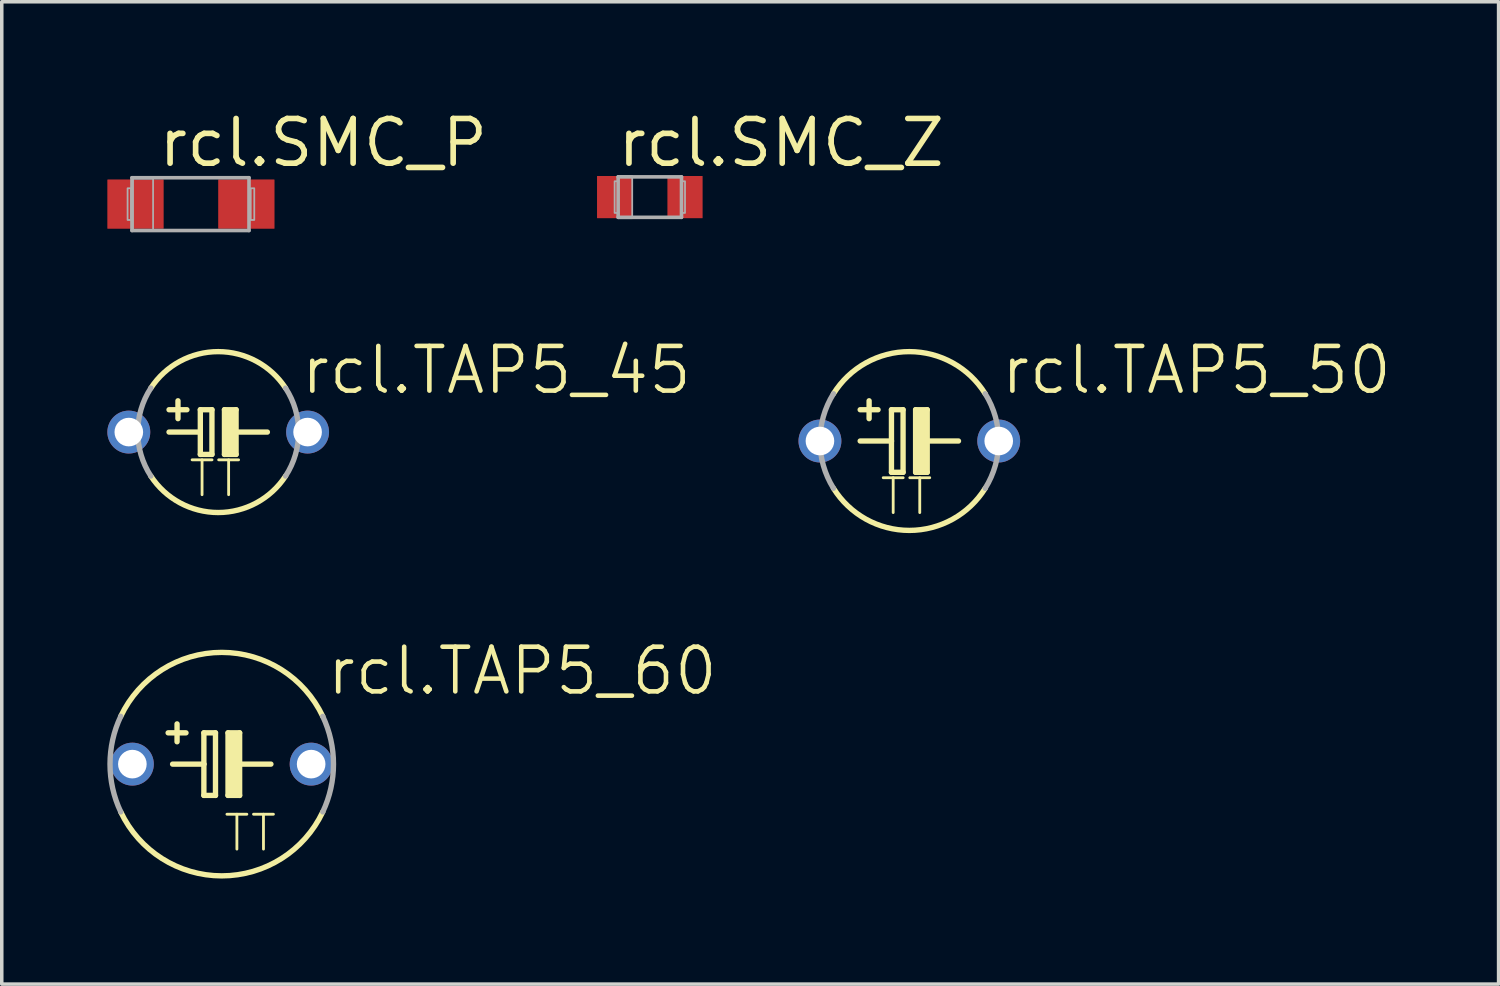
<source format=kicad_pcb>
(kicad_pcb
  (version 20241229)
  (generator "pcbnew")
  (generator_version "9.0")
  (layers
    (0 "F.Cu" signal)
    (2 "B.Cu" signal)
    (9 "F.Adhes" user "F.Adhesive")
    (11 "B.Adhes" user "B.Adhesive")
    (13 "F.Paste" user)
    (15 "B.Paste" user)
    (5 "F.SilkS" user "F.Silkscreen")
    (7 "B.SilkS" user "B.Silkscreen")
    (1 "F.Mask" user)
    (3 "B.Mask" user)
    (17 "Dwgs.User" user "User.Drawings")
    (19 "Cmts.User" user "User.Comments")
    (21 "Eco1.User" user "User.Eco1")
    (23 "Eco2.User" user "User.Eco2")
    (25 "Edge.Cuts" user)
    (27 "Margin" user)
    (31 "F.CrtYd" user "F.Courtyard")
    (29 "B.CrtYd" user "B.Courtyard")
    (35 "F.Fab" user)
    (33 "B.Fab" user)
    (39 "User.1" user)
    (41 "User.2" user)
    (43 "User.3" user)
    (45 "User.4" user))
  (footprint "rcl.SMC_P"
    (layer "F.Cu")
    (at 2.375 2.75)
    (property "Reference" "rcl.SMC_P" (at -1 -1 0) (layer "F.SilkS") (effects (font (size 1.27 1.27) (thickness 0.16)) (justify left bottom)))
    (attr smd)
    (fp_line (start -1.675 -0.75) (end -1.675 0.75) (stroke (width 0.102) (type default)) (layer "F.Fab"))
    (fp_line (start -1.675 -0.75) (end 1.65 -0.75) (stroke (width 0.102) (type default)) (layer "F.Fab"))
    (fp_line (start 1.65 0.75) (end -1.675 0.75) (stroke (width 0.102) (type default)) (layer "F.Fab"))
    (fp_line (start 1.65 0.75) (end 1.65 -0.75) (stroke (width 0.102) (type default)) (layer "F.Fab"))
    (fp_rect (start -1.8 0.45) (end -1.7 -0.45) (stroke (width 0.05) (type default)) (fill no) (layer "F.Fab"))
    (fp_rect (start -1.65 0.75) (end -1.075 -0.725) (stroke (width 0.05) (type default)) (fill no) (layer "F.Fab"))
    (fp_rect (start 1.7 0.45) (end 1.8 -0.45) (stroke (width 0.05) (type default)) (fill no) (layer "F.Fab"))
    (pad "+" smd roundrect (at -1.575 0) (size 1.6 1.4) (layers "F.Cu" "F.Mask" "F.Paste") (roundrect_rratio 0.01))
    (pad "-" smd roundrect (at 1.575 0 180) (size 1.6 1.4) (layers "F.Cu" "F.Mask" "F.Paste") (roundrect_rratio 0.01)))
  (footprint "rcl.TAP5_45"
    (layer "F.Cu")
    (at 3.15 9.227)
    (property "Reference" "rcl.TAP5_45" (at 2.286 -1.016 0) (layer "F.SilkS") (effects (font (size 1.27 1.27) (thickness 0.13)) (justify left bottom)))
    (attr through_hole)
    (fp_line (start -1.397 0) (end -0.508 0) (stroke (width 0.152) (type default)) (layer "F.SilkS"))
    (fp_line (start -1.143 -0.381) (end -1.143 -0.889) (stroke (width 0.152) (type default)) (layer "F.SilkS"))
    (fp_line (start -0.889 -0.635) (end -1.397 -0.635) (stroke (width 0.152) (type default)) (layer "F.SilkS"))
    (fp_line (start -0.508 -0.635) (end -0.508 0) (stroke (width 0.152) (type default)) (layer "F.SilkS"))
    (fp_line (start -0.508 0) (end -0.508 0.635) (stroke (width 0.152) (type default)) (layer "F.SilkS"))
    (fp_line (start -0.508 0.635) (end -0.178 0.635) (stroke (width 0.152) (type default)) (layer "F.SilkS"))
    (fp_line (start -0.178 -0.635) (end -0.508 -0.635) (stroke (width 0.152) (type default)) (layer "F.SilkS"))
    (fp_line (start -0.178 0.635) (end -0.178 -0.635) (stroke (width 0.152) (type default)) (layer "F.SilkS"))
    (fp_line (start 0.178 -0.635) (end 0.178 0.635) (stroke (width 0.152) (type default)) (layer "F.SilkS"))
    (fp_line (start 0.178 0.635) (end 0.508 0.635) (stroke (width 0.152) (type default)) (layer "F.SilkS"))
    (fp_line (start 0.33 0.508) (end 0.33 -0.508) (stroke (width 0.3) (type default)) (layer "F.SilkS"))
    (fp_line (start 0.508 -0.635) (end 0.178 -0.635) (stroke (width 0.152) (type default)) (layer "F.SilkS"))
    (fp_line (start 0.508 0) (end 0.508 -0.635) (stroke (width 0.152) (type default)) (layer "F.SilkS"))
    (fp_line (start 0.508 0) (end 1.397 0) (stroke (width 0.152) (type default)) (layer "F.SilkS"))
    (fp_line (start 0.508 0.635) (end 0.508 0) (stroke (width 0.152) (type default)) (layer "F.SilkS"))
    (fp_arc (start -1.9144 -1.2492) (mid 0 -2.28592) (end 1.9144 -1.2492) (stroke (width 0.1524) (type default)) (layer "F.SilkS"))
    (fp_arc (start 1.9144 1.2492) (mid 0 2.28592) (end -1.9144 1.2492) (stroke (width 0.1524) (type default)) (layer "F.SilkS"))
    (fp_arc (start -1.9144 1.2492) (mid -2.28592 0) (end -1.9144 -1.2492) (stroke (width 0.1524) (type default)) (layer "F.Fab"))
    (fp_arc (start 1.9144 -1.2492) (mid 2.28592 0) (end 1.9144 1.2492) (stroke (width 0.1524) (type default)) (layer "F.Fab"))
    (fp_text user "TT" (at -0.889 1.905 0) (layer "F.SilkS") (effects (font (size 0.991 0.991) (thickness 0.08)) (justify left bottom)))
    (pad "+" thru_hole circle (at -2.54 0) (size 1.219 1.219) (drill 0.813) (layers "*.Cu" "*.Mask"))
    (pad "-" thru_hole circle (at 2.54 0) (size 1.219 1.219) (drill 0.813) (layers "*.Cu" "*.Mask")))
  (footprint "rcl.TAP5_50"
    (layer "F.Cu")
    (at 22.788 9.481)
    (property "Reference" "rcl.TAP5_50" (at 2.54 -1.27 0) (layer "F.SilkS") (effects (font (size 1.27 1.27) (thickness 0.13)) (justify left bottom)))
    (attr through_hole)
    (fp_line (start -1.397 0) (end -0.508 0) (stroke (width 0.152) (type default)) (layer "F.SilkS"))
    (fp_line (start -1.143 -0.635) (end -1.143 -1.143) (stroke (width 0.152) (type default)) (layer "F.SilkS"))
    (fp_line (start -0.889 -0.889) (end -1.397 -0.889) (stroke (width 0.152) (type default)) (layer "F.SilkS"))
    (fp_line (start -0.508 -0.889) (end -0.508 0) (stroke (width 0.152) (type default)) (layer "F.SilkS"))
    (fp_line (start -0.508 0) (end -0.508 0.889) (stroke (width 0.152) (type default)) (layer "F.SilkS"))
    (fp_line (start -0.508 0.889) (end -0.178 0.889) (stroke (width 0.152) (type default)) (layer "F.SilkS"))
    (fp_line (start -0.178 -0.889) (end -0.508 -0.889) (stroke (width 0.152) (type default)) (layer "F.SilkS"))
    (fp_line (start -0.178 0.889) (end -0.178 -0.889) (stroke (width 0.152) (type default)) (layer "F.SilkS"))
    (fp_line (start 0.178 -0.889) (end 0.178 0.889) (stroke (width 0.152) (type default)) (layer "F.SilkS"))
    (fp_line (start 0.178 0.889) (end 0.508 0.889) (stroke (width 0.152) (type default)) (layer "F.SilkS"))
    (fp_line (start 0.33 0.762) (end 0.33 -0.762) (stroke (width 0.3) (type default)) (layer "F.SilkS"))
    (fp_line (start 0.508 -0.889) (end 0.178 -0.889) (stroke (width 0.152) (type default)) (layer "F.SilkS"))
    (fp_line (start 0.508 0) (end 0.508 -0.889) (stroke (width 0.152) (type default)) (layer "F.SilkS"))
    (fp_line (start 0.508 0) (end 1.397 0) (stroke (width 0.152) (type default)) (layer "F.SilkS"))
    (fp_line (start 0.508 0.889) (end 0.508 0) (stroke (width 0.152) (type default)) (layer "F.SilkS"))
    (fp_arc (start -2.1557 -1.3432) (mid 0 -2.539927) (end 2.1557 -1.3432) (stroke (width 0.1524) (type default)) (layer "F.SilkS"))
    (fp_arc (start 2.1557 1.3432) (mid 0 2.539927) (end -2.1557 1.3432) (stroke (width 0.1524) (type default)) (layer "F.SilkS"))
    (fp_arc (start -2.1557 1.3432) (mid -2.539927 0) (end -2.1557 -1.3432) (stroke (width 0.1524) (type default)) (layer "F.Fab"))
    (fp_arc (start 2.1557 -1.3432) (mid 2.539927 0) (end 2.1557 1.3432) (stroke (width 0.1524) (type default)) (layer "F.Fab"))
    (fp_text user "TT" (at -0.889 2.159 0) (layer "F.SilkS") (effects (font (size 0.991 0.991) (thickness 0.08)) (justify left bottom)))
    (pad "+" thru_hole circle (at -2.54 0) (size 1.219 1.219) (drill 0.813) (layers "*.Cu" "*.Mask"))
    (pad "-" thru_hole circle (at 2.54 0) (size 1.219 1.219) (drill 0.813) (layers "*.Cu" "*.Mask")))
  (footprint "rcl.TAP5_60"
    (layer "F.Cu")
    (at 3.251 18.662)
    (property "Reference" "rcl.TAP5_60" (at 2.921 -1.905 0) (layer "F.SilkS") (effects (font (size 1.27 1.27) (thickness 0.13)) (justify left bottom)))
    (attr through_hole)
    (fp_line (start -1.397 0) (end -0.508 0) (stroke (width 0.152) (type default)) (layer "F.SilkS"))
    (fp_line (start -1.27 -0.635) (end -1.27 -1.143) (stroke (width 0.152) (type default)) (layer "F.SilkS"))
    (fp_line (start -1.016 -0.889) (end -1.524 -0.889) (stroke (width 0.152) (type default)) (layer "F.SilkS"))
    (fp_line (start -0.508 -0.889) (end -0.508 0) (stroke (width 0.152) (type default)) (layer "F.SilkS"))
    (fp_line (start -0.508 0) (end -0.508 0.889) (stroke (width 0.152) (type default)) (layer "F.SilkS"))
    (fp_line (start -0.508 0.889) (end -0.178 0.889) (stroke (width 0.152) (type default)) (layer "F.SilkS"))
    (fp_line (start -0.178 -0.889) (end -0.508 -0.889) (stroke (width 0.152) (type default)) (layer "F.SilkS"))
    (fp_line (start -0.178 0.889) (end -0.178 -0.889) (stroke (width 0.152) (type default)) (layer "F.SilkS"))
    (fp_line (start 0.178 -0.889) (end 0.178 0.889) (stroke (width 0.152) (type default)) (layer "F.SilkS"))
    (fp_line (start 0.178 0.889) (end 0.508 0.889) (stroke (width 0.152) (type default)) (layer "F.SilkS"))
    (fp_line (start 0.33 0.762) (end 0.33 -0.762) (stroke (width 0.3) (type default)) (layer "F.SilkS"))
    (fp_line (start 0.508 -0.889) (end 0.178 -0.889) (stroke (width 0.152) (type default)) (layer "F.SilkS"))
    (fp_line (start 0.508 0) (end 0.508 -0.889) (stroke (width 0.152) (type default)) (layer "F.SilkS"))
    (fp_line (start 0.508 0) (end 1.397 0) (stroke (width 0.152) (type default)) (layer "F.SilkS"))
    (fp_line (start 0.508 0.889) (end 0.508 0) (stroke (width 0.152) (type default)) (layer "F.SilkS"))
    (fp_arc (start -2.8702 -1.3574) (mid 0 -3.174993) (end 2.8702 -1.3574) (stroke (width 0.1524) (type default)) (layer "F.SilkS"))
    (fp_arc (start 2.8702 1.3574) (mid 0 3.174993) (end -2.8702 1.3574) (stroke (width 0.1524) (type default)) (layer "F.SilkS"))
    (fp_arc (start -2.8702 1.3574) (mid -3.174993 0) (end -2.8702 -1.3574) (stroke (width 0.1524) (type default)) (layer "F.Fab"))
    (fp_arc (start 2.8702 -1.3574) (mid 3.174993 0) (end 2.8702 1.3574) (stroke (width 0.1524) (type default)) (layer "F.Fab"))
    (fp_text user "TT" (at 0 2.54 0) (layer "F.SilkS") (effects (font (size 0.991 0.991) (thickness 0.08)) (justify left bottom)))
    (pad "+" thru_hole circle (at -2.54 0) (size 1.219 1.219) (drill 0.813) (layers "*.Cu" "*.Mask"))
    (pad "-" thru_hole circle (at 2.54 0) (size 1.219 1.219) (drill 0.813) (layers "*.Cu" "*.Mask")))
  (footprint "rcl.SMC_Z"
    (layer "F.Cu")
    (at 15.414 2.55)
    (property "Reference" "rcl.SMC_Z" (at -1 -0.8 0) (layer "F.SilkS") (effects (font (size 1.27 1.27) (thickness 0.16)) (justify left bottom)))
    (attr smd)
    (fp_line (start -0.9 -0.575) (end -0.9 0.575) (stroke (width 0.102) (type default)) (layer "F.Fab"))
    (fp_line (start -0.9 -0.575) (end 0.9 -0.575) (stroke (width 0.102) (type default)) (layer "F.Fab"))
    (fp_line (start 0.9 0.575) (end -0.9 0.575) (stroke (width 0.102) (type default)) (layer "F.Fab"))
    (fp_line (start 0.9 0.575) (end 0.9 -0.575) (stroke (width 0.102) (type default)) (layer "F.Fab"))
    (fp_rect (start -1 0.45) (end -0.9 -0.45) (stroke (width 0.05) (type default)) (fill no) (layer "F.Fab"))
    (fp_rect (start -0.9 0.6) (end -0.5 -0.6) (stroke (width 0.05) (type default)) (fill no) (layer "F.Fab"))
    (fp_rect (start 0.9 0.45) (end 1 -0.45) (stroke (width 0.05) (type default)) (fill no) (layer "F.Fab"))
    (pad "+" smd roundrect (at -1 0) (size 1 1.2) (layers "F.Cu" "F.Mask" "F.Paste") (roundrect_rratio 0.01))
    (pad "-" smd roundrect (at 1 0) (size 1 1.2) (layers "F.Cu" "F.Mask" "F.Paste") (roundrect_rratio 0.01)))
  (gr_rect
    (start -3 -3)
    (end 39.531 24.913)
    (stroke (width 0.1) (type default))
    (fill no)
    (layer "Edge.Cuts")))
</source>
